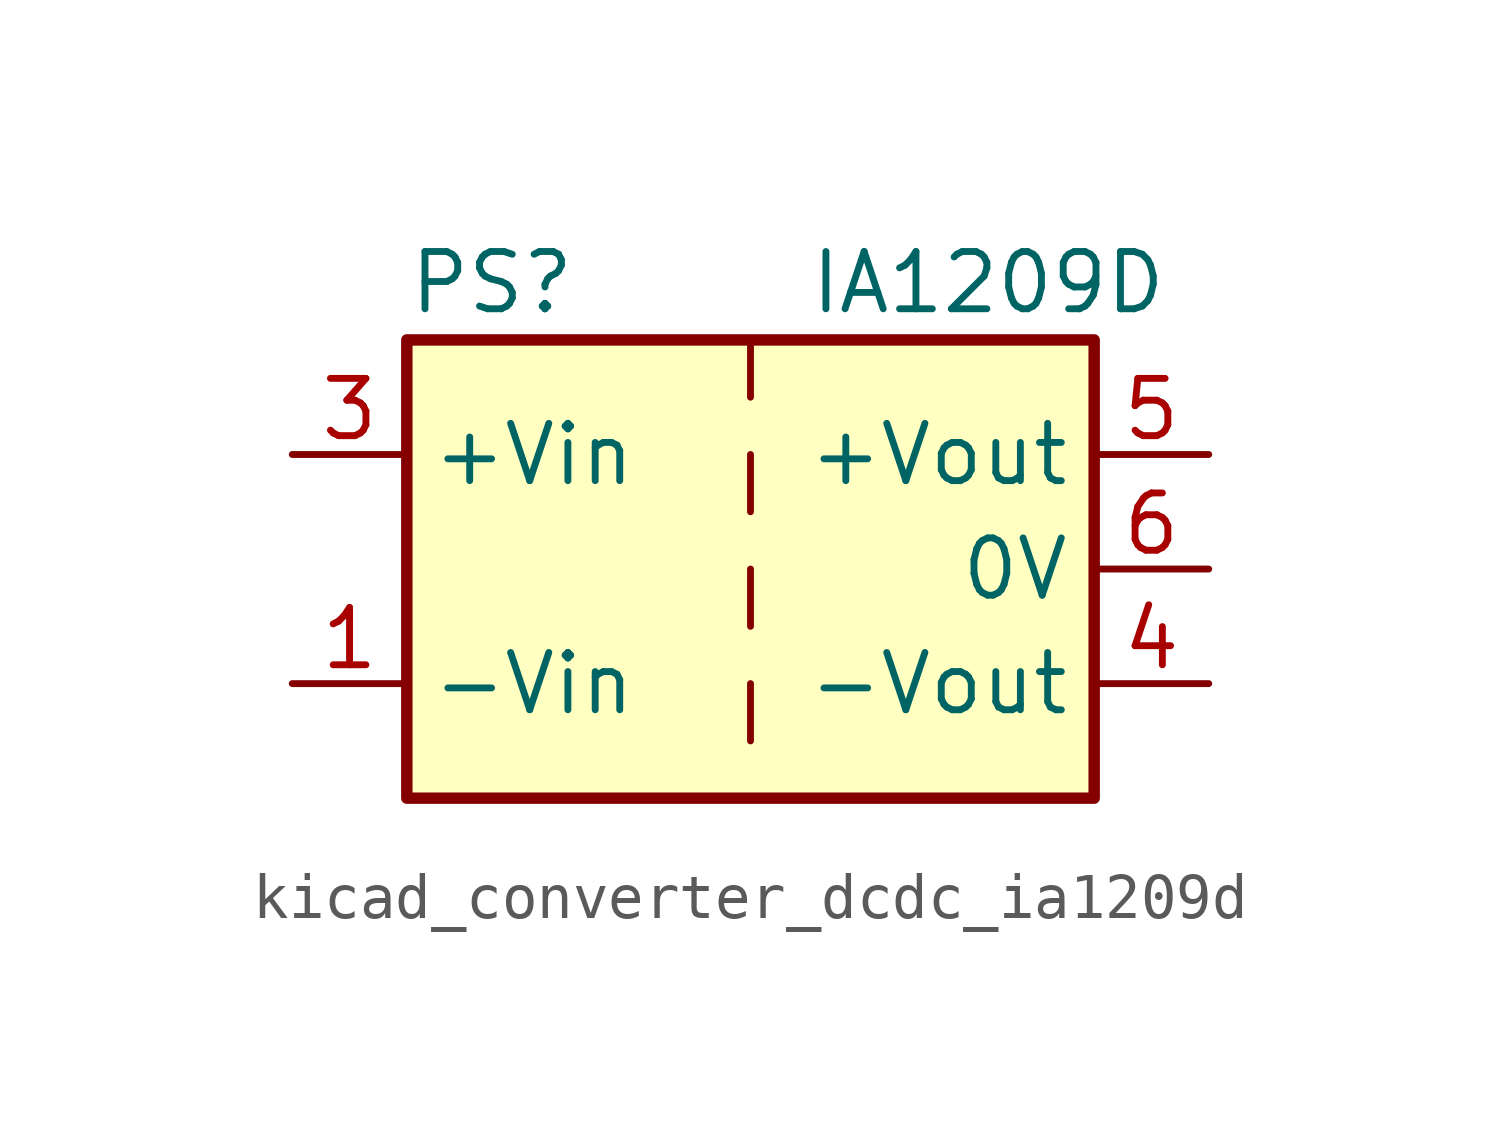
<source format=kicad_sym>
(kicad_symbol_lib
  (version 20220914)
  (generator kicad_symbol_editor)
  (symbol "kicad_converter_dcdc_ia1209d"
    (property "Reference" "PS"
      (at -7.62 6.35 0)
      (effects (font (size 1.27 1.27)) (justify left)))
    (property "Value" "IA1209D"
      (at 1.27 6.35 0)
      (effects (font (size 1.27 1.27)) (justify left)))
    (symbol "kicad_converter_dcdc_ia1209d_0_0"
      (pin power_in line (at -10.16 -2.54 0) (length 2.54) (name "-Vin" (effects (font (size 1.27 1.27)))) (number "1" (effects (font (size 1.27 1.27)))))
      (pin power_in line (at -10.16 2.54 0) (length 2.54) (name "+Vin" (effects (font (size 1.27 1.27)))) (number "3" (effects (font (size 1.27 1.27)))))
      (pin power_out line (at 10.16 -2.54 180) (length 2.54) (name "-Vout" (effects (font (size 1.27 1.27)))) (number "4" (effects (font (size 1.27 1.27)))))
      (pin power_out line (at 10.16 2.54 180) (length 2.54) (name "+Vout" (effects (font (size 1.27 1.27)))) (number "5" (effects (font (size 1.27 1.27)))))
      (pin power_out line (at 10.16 0 180) (length 2.54) (name "0V" (effects (font (size 1.27 1.27)))) (number "6" (effects (font (size 1.27 1.27))))))
    (symbol "kicad_converter_dcdc_ia1209d_0_1"
      (rectangle (start -7.62 5.08) (end 7.62 -5.08) (stroke (width 0.254) (type default)) (fill (type background)))
      (polyline (pts (xy 0 -2.54) (xy 0 -3.81)) (stroke (width 0) (type default)) (fill (type none)))
      (polyline (pts (xy 0 0) (xy 0 -1.27)) (stroke (width 0) (type default)) (fill (type none)))
      (polyline (pts (xy 0 2.54) (xy 0 1.27)) (stroke (width 0) (type default)) (fill (type none)))
      (polyline (pts (xy 0 5.08) (xy 0 3.81)) (stroke (width 0) (type default)) (fill (type none))))
    (symbol "kicad_converter_dcdc_ia1209d_1_1"
      (pin no_connect line (at 0 -5.08 90) (length 2.54) hide (name "NC" (effects (font (size 1.27 1.27)))) (number "2" (effects (font (size 1.27 1.27))))))))
</source>
